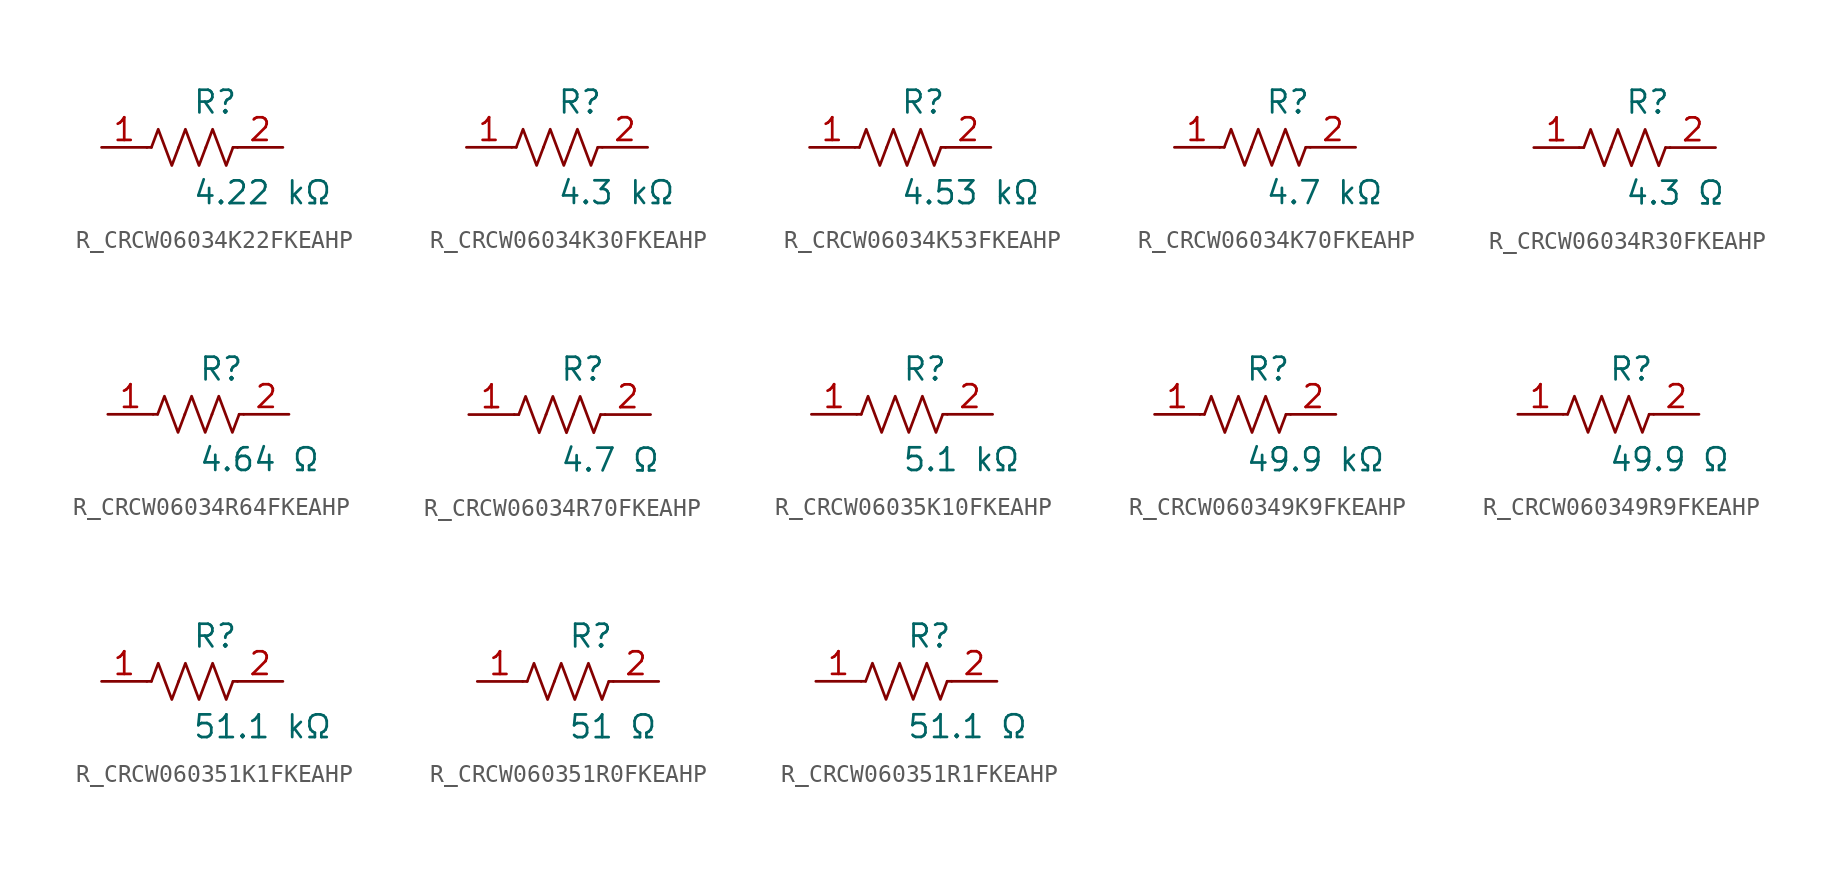
<source format=kicad_sym>
(kicad_symbol_lib
  (version 20231120)
  (generator kicad_symbol_editor)
  (generator_version 8.0)
  (symbol "R_CRCW06034K22FKEAHP"
    (pin_names
      (offset 0.254))
    (property "Reference" "R"
      (at 0.0 2.54 0)
      (effects (font (size 1.27 1.27)) (justify left)))
    (property "Value" "4.22 kΩ"
      (at 0.0 -2.54 0)
      (effects (font (size 1.27 1.27)) (justify left)))
    (symbol "R_CRCW06034K22FKEAHP_0_1"
      (polyline (pts (xy 2.286 0) (xy 2.54 0)) (stroke (width 0) (type default)) (fill (type none)))
      (polyline (pts (xy -2.286 0) (xy -2.54 0)) (stroke (width 0) (type default)) (fill (type none)))
      (polyline (pts (xy 0.762 0) (xy 1.143 1.016) (xy 1.524 0) (xy 1.905 -1.016) (xy 2.286 0)) (stroke (width 0) (type default)) (fill (type none)))
      (polyline (pts (xy -0.762 0) (xy -0.381 1.016) (xy 0 0) (xy 0.381 -1.016) (xy 0.762 0)) (stroke (width 0) (type default)) (fill (type none)))
      (polyline (pts (xy -2.286 0) (xy -1.905 1.016) (xy -1.524 0) (xy -1.143 -1.016) (xy -0.762 0)) (stroke (width 0) (type default)) (fill (type none))))
    (pin unspecified line
      (at -5.08 0 0)
      (length 2.54)
      (name "" (effects (font (size 1.27 1.27))))
      (number "1" (effects (font (size 1.27 1.27)))))
    (pin unspecified line
      (at 5.08 0 180)
      (length 2.54)
      (name "" (effects (font (size 1.27 1.27))))
      (number "2" (effects (font (size 1.27 1.27))))))
  (symbol "R_CRCW06034K30FKEAHP"
    (pin_names
      (offset 0.254))
    (property "Reference" "R"
      (at 0.0 2.54 0)
      (effects (font (size 1.27 1.27)) (justify left)))
    (property "Value" "4.3 kΩ"
      (at 0.0 -2.54 0)
      (effects (font (size 1.27 1.27)) (justify left)))
    (symbol "R_CRCW06034K30FKEAHP_0_1"
      (polyline (pts (xy 2.286 0) (xy 2.54 0)) (stroke (width 0) (type default)) (fill (type none)))
      (polyline (pts (xy -2.286 0) (xy -2.54 0)) (stroke (width 0) (type default)) (fill (type none)))
      (polyline (pts (xy 0.762 0) (xy 1.143 1.016) (xy 1.524 0) (xy 1.905 -1.016) (xy 2.286 0)) (stroke (width 0) (type default)) (fill (type none)))
      (polyline (pts (xy -0.762 0) (xy -0.381 1.016) (xy 0 0) (xy 0.381 -1.016) (xy 0.762 0)) (stroke (width 0) (type default)) (fill (type none)))
      (polyline (pts (xy -2.286 0) (xy -1.905 1.016) (xy -1.524 0) (xy -1.143 -1.016) (xy -0.762 0)) (stroke (width 0) (type default)) (fill (type none))))
    (pin unspecified line
      (at -5.08 0 0)
      (length 2.54)
      (name "" (effects (font (size 1.27 1.27))))
      (number "1" (effects (font (size 1.27 1.27)))))
    (pin unspecified line
      (at 5.08 0 180)
      (length 2.54)
      (name "" (effects (font (size 1.27 1.27))))
      (number "2" (effects (font (size 1.27 1.27))))))
  (symbol "R_CRCW06034K53FKEAHP"
    (pin_names
      (offset 0.254))
    (property "Reference" "R"
      (at 0.0 2.54 0)
      (effects (font (size 1.27 1.27)) (justify left)))
    (property "Value" "4.53 kΩ"
      (at 0.0 -2.54 0)
      (effects (font (size 1.27 1.27)) (justify left)))
    (symbol "R_CRCW06034K53FKEAHP_0_1"
      (polyline (pts (xy 2.286 0) (xy 2.54 0)) (stroke (width 0) (type default)) (fill (type none)))
      (polyline (pts (xy -2.286 0) (xy -2.54 0)) (stroke (width 0) (type default)) (fill (type none)))
      (polyline (pts (xy 0.762 0) (xy 1.143 1.016) (xy 1.524 0) (xy 1.905 -1.016) (xy 2.286 0)) (stroke (width 0) (type default)) (fill (type none)))
      (polyline (pts (xy -0.762 0) (xy -0.381 1.016) (xy 0 0) (xy 0.381 -1.016) (xy 0.762 0)) (stroke (width 0) (type default)) (fill (type none)))
      (polyline (pts (xy -2.286 0) (xy -1.905 1.016) (xy -1.524 0) (xy -1.143 -1.016) (xy -0.762 0)) (stroke (width 0) (type default)) (fill (type none))))
    (pin unspecified line
      (at -5.08 0 0)
      (length 2.54)
      (name "" (effects (font (size 1.27 1.27))))
      (number "1" (effects (font (size 1.27 1.27)))))
    (pin unspecified line
      (at 5.08 0 180)
      (length 2.54)
      (name "" (effects (font (size 1.27 1.27))))
      (number "2" (effects (font (size 1.27 1.27))))))
  (symbol "R_CRCW06034K70FKEAHP"
    (pin_names
      (offset 0.254))
    (property "Reference" "R"
      (at 0.0 2.54 0)
      (effects (font (size 1.27 1.27)) (justify left)))
    (property "Value" "4.7 kΩ"
      (at 0.0 -2.54 0)
      (effects (font (size 1.27 1.27)) (justify left)))
    (symbol "R_CRCW06034K70FKEAHP_0_1"
      (polyline (pts (xy 2.286 0) (xy 2.54 0)) (stroke (width 0) (type default)) (fill (type none)))
      (polyline (pts (xy -2.286 0) (xy -2.54 0)) (stroke (width 0) (type default)) (fill (type none)))
      (polyline (pts (xy 0.762 0) (xy 1.143 1.016) (xy 1.524 0) (xy 1.905 -1.016) (xy 2.286 0)) (stroke (width 0) (type default)) (fill (type none)))
      (polyline (pts (xy -0.762 0) (xy -0.381 1.016) (xy 0 0) (xy 0.381 -1.016) (xy 0.762 0)) (stroke (width 0) (type default)) (fill (type none)))
      (polyline (pts (xy -2.286 0) (xy -1.905 1.016) (xy -1.524 0) (xy -1.143 -1.016) (xy -0.762 0)) (stroke (width 0) (type default)) (fill (type none))))
    (pin unspecified line
      (at -5.08 0 0)
      (length 2.54)
      (name "" (effects (font (size 1.27 1.27))))
      (number "1" (effects (font (size 1.27 1.27)))))
    (pin unspecified line
      (at 5.08 0 180)
      (length 2.54)
      (name "" (effects (font (size 1.27 1.27))))
      (number "2" (effects (font (size 1.27 1.27))))))
  (symbol "R_CRCW06034R30FKEAHP"
    (pin_names
      (offset 0.254))
    (property "Reference" "R"
      (at 0.0 2.54 0)
      (effects (font (size 1.27 1.27)) (justify left)))
    (property "Value" "4.3 Ω"
      (at 0.0 -2.54 0)
      (effects (font (size 1.27 1.27)) (justify left)))
    (symbol "R_CRCW06034R30FKEAHP_0_1"
      (polyline (pts (xy 2.286 0) (xy 2.54 0)) (stroke (width 0) (type default)) (fill (type none)))
      (polyline (pts (xy -2.286 0) (xy -2.54 0)) (stroke (width 0) (type default)) (fill (type none)))
      (polyline (pts (xy 0.762 0) (xy 1.143 1.016) (xy 1.524 0) (xy 1.905 -1.016) (xy 2.286 0)) (stroke (width 0) (type default)) (fill (type none)))
      (polyline (pts (xy -0.762 0) (xy -0.381 1.016) (xy 0 0) (xy 0.381 -1.016) (xy 0.762 0)) (stroke (width 0) (type default)) (fill (type none)))
      (polyline (pts (xy -2.286 0) (xy -1.905 1.016) (xy -1.524 0) (xy -1.143 -1.016) (xy -0.762 0)) (stroke (width 0) (type default)) (fill (type none))))
    (pin unspecified line
      (at -5.08 0 0)
      (length 2.54)
      (name "" (effects (font (size 1.27 1.27))))
      (number "1" (effects (font (size 1.27 1.27)))))
    (pin unspecified line
      (at 5.08 0 180)
      (length 2.54)
      (name "" (effects (font (size 1.27 1.27))))
      (number "2" (effects (font (size 1.27 1.27))))))
  (symbol "R_CRCW06034R64FKEAHP"
    (pin_names
      (offset 0.254))
    (property "Reference" "R"
      (at 0.0 2.54 0)
      (effects (font (size 1.27 1.27)) (justify left)))
    (property "Value" "4.64 Ω"
      (at 0.0 -2.54 0)
      (effects (font (size 1.27 1.27)) (justify left)))
    (symbol "R_CRCW06034R64FKEAHP_0_1"
      (polyline (pts (xy 2.286 0) (xy 2.54 0)) (stroke (width 0) (type default)) (fill (type none)))
      (polyline (pts (xy -2.286 0) (xy -2.54 0)) (stroke (width 0) (type default)) (fill (type none)))
      (polyline (pts (xy 0.762 0) (xy 1.143 1.016) (xy 1.524 0) (xy 1.905 -1.016) (xy 2.286 0)) (stroke (width 0) (type default)) (fill (type none)))
      (polyline (pts (xy -0.762 0) (xy -0.381 1.016) (xy 0 0) (xy 0.381 -1.016) (xy 0.762 0)) (stroke (width 0) (type default)) (fill (type none)))
      (polyline (pts (xy -2.286 0) (xy -1.905 1.016) (xy -1.524 0) (xy -1.143 -1.016) (xy -0.762 0)) (stroke (width 0) (type default)) (fill (type none))))
    (pin unspecified line
      (at -5.08 0 0)
      (length 2.54)
      (name "" (effects (font (size 1.27 1.27))))
      (number "1" (effects (font (size 1.27 1.27)))))
    (pin unspecified line
      (at 5.08 0 180)
      (length 2.54)
      (name "" (effects (font (size 1.27 1.27))))
      (number "2" (effects (font (size 1.27 1.27))))))
  (symbol "R_CRCW06034R70FKEAHP"
    (pin_names
      (offset 0.254))
    (property "Reference" "R"
      (at 0.0 2.54 0)
      (effects (font (size 1.27 1.27)) (justify left)))
    (property "Value" "4.7 Ω"
      (at 0.0 -2.54 0)
      (effects (font (size 1.27 1.27)) (justify left)))
    (symbol "R_CRCW06034R70FKEAHP_0_1"
      (polyline (pts (xy 2.286 0) (xy 2.54 0)) (stroke (width 0) (type default)) (fill (type none)))
      (polyline (pts (xy -2.286 0) (xy -2.54 0)) (stroke (width 0) (type default)) (fill (type none)))
      (polyline (pts (xy 0.762 0) (xy 1.143 1.016) (xy 1.524 0) (xy 1.905 -1.016) (xy 2.286 0)) (stroke (width 0) (type default)) (fill (type none)))
      (polyline (pts (xy -0.762 0) (xy -0.381 1.016) (xy 0 0) (xy 0.381 -1.016) (xy 0.762 0)) (stroke (width 0) (type default)) (fill (type none)))
      (polyline (pts (xy -2.286 0) (xy -1.905 1.016) (xy -1.524 0) (xy -1.143 -1.016) (xy -0.762 0)) (stroke (width 0) (type default)) (fill (type none))))
    (pin unspecified line
      (at -5.08 0 0)
      (length 2.54)
      (name "" (effects (font (size 1.27 1.27))))
      (number "1" (effects (font (size 1.27 1.27)))))
    (pin unspecified line
      (at 5.08 0 180)
      (length 2.54)
      (name "" (effects (font (size 1.27 1.27))))
      (number "2" (effects (font (size 1.27 1.27))))))
  (symbol "R_CRCW06035K10FKEAHP"
    (pin_names
      (offset 0.254))
    (property "Reference" "R"
      (at 0.0 2.54 0)
      (effects (font (size 1.27 1.27)) (justify left)))
    (property "Value" "5.1 kΩ"
      (at 0.0 -2.54 0)
      (effects (font (size 1.27 1.27)) (justify left)))
    (symbol "R_CRCW06035K10FKEAHP_0_1"
      (polyline (pts (xy 2.286 0) (xy 2.54 0)) (stroke (width 0) (type default)) (fill (type none)))
      (polyline (pts (xy -2.286 0) (xy -2.54 0)) (stroke (width 0) (type default)) (fill (type none)))
      (polyline (pts (xy 0.762 0) (xy 1.143 1.016) (xy 1.524 0) (xy 1.905 -1.016) (xy 2.286 0)) (stroke (width 0) (type default)) (fill (type none)))
      (polyline (pts (xy -0.762 0) (xy -0.381 1.016) (xy 0 0) (xy 0.381 -1.016) (xy 0.762 0)) (stroke (width 0) (type default)) (fill (type none)))
      (polyline (pts (xy -2.286 0) (xy -1.905 1.016) (xy -1.524 0) (xy -1.143 -1.016) (xy -0.762 0)) (stroke (width 0) (type default)) (fill (type none))))
    (pin unspecified line
      (at -5.08 0 0)
      (length 2.54)
      (name "" (effects (font (size 1.27 1.27))))
      (number "1" (effects (font (size 1.27 1.27)))))
    (pin unspecified line
      (at 5.08 0 180)
      (length 2.54)
      (name "" (effects (font (size 1.27 1.27))))
      (number "2" (effects (font (size 1.27 1.27))))))
  (symbol "R_CRCW060349K9FKEAHP"
    (pin_names
      (offset 0.254))
    (property "Reference" "R"
      (at 0.0 2.54 0)
      (effects (font (size 1.27 1.27)) (justify left)))
    (property "Value" "49.9 kΩ"
      (at 0.0 -2.54 0)
      (effects (font (size 1.27 1.27)) (justify left)))
    (symbol "R_CRCW060349K9FKEAHP_0_1"
      (polyline (pts (xy 2.286 0) (xy 2.54 0)) (stroke (width 0) (type default)) (fill (type none)))
      (polyline (pts (xy -2.286 0) (xy -2.54 0)) (stroke (width 0) (type default)) (fill (type none)))
      (polyline (pts (xy 0.762 0) (xy 1.143 1.016) (xy 1.524 0) (xy 1.905 -1.016) (xy 2.286 0)) (stroke (width 0) (type default)) (fill (type none)))
      (polyline (pts (xy -0.762 0) (xy -0.381 1.016) (xy 0 0) (xy 0.381 -1.016) (xy 0.762 0)) (stroke (width 0) (type default)) (fill (type none)))
      (polyline (pts (xy -2.286 0) (xy -1.905 1.016) (xy -1.524 0) (xy -1.143 -1.016) (xy -0.762 0)) (stroke (width 0) (type default)) (fill (type none))))
    (pin unspecified line
      (at -5.08 0 0)
      (length 2.54)
      (name "" (effects (font (size 1.27 1.27))))
      (number "1" (effects (font (size 1.27 1.27)))))
    (pin unspecified line
      (at 5.08 0 180)
      (length 2.54)
      (name "" (effects (font (size 1.27 1.27))))
      (number "2" (effects (font (size 1.27 1.27))))))
  (symbol "R_CRCW060349R9FKEAHP"
    (pin_names
      (offset 0.254))
    (property "Reference" "R"
      (at 0.0 2.54 0)
      (effects (font (size 1.27 1.27)) (justify left)))
    (property "Value" "49.9 Ω"
      (at 0.0 -2.54 0)
      (effects (font (size 1.27 1.27)) (justify left)))
    (symbol "R_CRCW060349R9FKEAHP_0_1"
      (polyline (pts (xy 2.286 0) (xy 2.54 0)) (stroke (width 0) (type default)) (fill (type none)))
      (polyline (pts (xy -2.286 0) (xy -2.54 0)) (stroke (width 0) (type default)) (fill (type none)))
      (polyline (pts (xy 0.762 0) (xy 1.143 1.016) (xy 1.524 0) (xy 1.905 -1.016) (xy 2.286 0)) (stroke (width 0) (type default)) (fill (type none)))
      (polyline (pts (xy -0.762 0) (xy -0.381 1.016) (xy 0 0) (xy 0.381 -1.016) (xy 0.762 0)) (stroke (width 0) (type default)) (fill (type none)))
      (polyline (pts (xy -2.286 0) (xy -1.905 1.016) (xy -1.524 0) (xy -1.143 -1.016) (xy -0.762 0)) (stroke (width 0) (type default)) (fill (type none))))
    (pin unspecified line
      (at -5.08 0 0)
      (length 2.54)
      (name "" (effects (font (size 1.27 1.27))))
      (number "1" (effects (font (size 1.27 1.27)))))
    (pin unspecified line
      (at 5.08 0 180)
      (length 2.54)
      (name "" (effects (font (size 1.27 1.27))))
      (number "2" (effects (font (size 1.27 1.27))))))
  (symbol "R_CRCW060351K1FKEAHP"
    (pin_names
      (offset 0.254))
    (property "Reference" "R"
      (at 0.0 2.54 0)
      (effects (font (size 1.27 1.27)) (justify left)))
    (property "Value" "51.1 kΩ"
      (at 0.0 -2.54 0)
      (effects (font (size 1.27 1.27)) (justify left)))
    (symbol "R_CRCW060351K1FKEAHP_0_1"
      (polyline (pts (xy 2.286 0) (xy 2.54 0)) (stroke (width 0) (type default)) (fill (type none)))
      (polyline (pts (xy -2.286 0) (xy -2.54 0)) (stroke (width 0) (type default)) (fill (type none)))
      (polyline (pts (xy 0.762 0) (xy 1.143 1.016) (xy 1.524 0) (xy 1.905 -1.016) (xy 2.286 0)) (stroke (width 0) (type default)) (fill (type none)))
      (polyline (pts (xy -0.762 0) (xy -0.381 1.016) (xy 0 0) (xy 0.381 -1.016) (xy 0.762 0)) (stroke (width 0) (type default)) (fill (type none)))
      (polyline (pts (xy -2.286 0) (xy -1.905 1.016) (xy -1.524 0) (xy -1.143 -1.016) (xy -0.762 0)) (stroke (width 0) (type default)) (fill (type none))))
    (pin unspecified line
      (at -5.08 0 0)
      (length 2.54)
      (name "" (effects (font (size 1.27 1.27))))
      (number "1" (effects (font (size 1.27 1.27)))))
    (pin unspecified line
      (at 5.08 0 180)
      (length 2.54)
      (name "" (effects (font (size 1.27 1.27))))
      (number "2" (effects (font (size 1.27 1.27))))))
  (symbol "R_CRCW060351R0FKEAHP"
    (pin_names
      (offset 0.254))
    (property "Reference" "R"
      (at 0.0 2.54 0)
      (effects (font (size 1.27 1.27)) (justify left)))
    (property "Value" "51 Ω"
      (at 0.0 -2.54 0)
      (effects (font (size 1.27 1.27)) (justify left)))
    (symbol "R_CRCW060351R0FKEAHP_0_1"
      (polyline (pts (xy 2.286 0) (xy 2.54 0)) (stroke (width 0) (type default)) (fill (type none)))
      (polyline (pts (xy -2.286 0) (xy -2.54 0)) (stroke (width 0) (type default)) (fill (type none)))
      (polyline (pts (xy 0.762 0) (xy 1.143 1.016) (xy 1.524 0) (xy 1.905 -1.016) (xy 2.286 0)) (stroke (width 0) (type default)) (fill (type none)))
      (polyline (pts (xy -0.762 0) (xy -0.381 1.016) (xy 0 0) (xy 0.381 -1.016) (xy 0.762 0)) (stroke (width 0) (type default)) (fill (type none)))
      (polyline (pts (xy -2.286 0) (xy -1.905 1.016) (xy -1.524 0) (xy -1.143 -1.016) (xy -0.762 0)) (stroke (width 0) (type default)) (fill (type none))))
    (pin unspecified line
      (at -5.08 0 0)
      (length 2.54)
      (name "" (effects (font (size 1.27 1.27))))
      (number "1" (effects (font (size 1.27 1.27)))))
    (pin unspecified line
      (at 5.08 0 180)
      (length 2.54)
      (name "" (effects (font (size 1.27 1.27))))
      (number "2" (effects (font (size 1.27 1.27))))))
  (symbol "R_CRCW060351R1FKEAHP"
    (pin_names
      (offset 0.254))
    (property "Reference" "R"
      (at 0.0 2.54 0)
      (effects (font (size 1.27 1.27)) (justify left)))
    (property "Value" "51.1 Ω"
      (at 0.0 -2.54 0)
      (effects (font (size 1.27 1.27)) (justify left)))
    (symbol "R_CRCW060351R1FKEAHP_0_1"
      (polyline (pts (xy 2.286 0) (xy 2.54 0)) (stroke (width 0) (type default)) (fill (type none)))
      (polyline (pts (xy -2.286 0) (xy -2.54 0)) (stroke (width 0) (type default)) (fill (type none)))
      (polyline (pts (xy 0.762 0) (xy 1.143 1.016) (xy 1.524 0) (xy 1.905 -1.016) (xy 2.286 0)) (stroke (width 0) (type default)) (fill (type none)))
      (polyline (pts (xy -0.762 0) (xy -0.381 1.016) (xy 0 0) (xy 0.381 -1.016) (xy 0.762 0)) (stroke (width 0) (type default)) (fill (type none)))
      (polyline (pts (xy -2.286 0) (xy -1.905 1.016) (xy -1.524 0) (xy -1.143 -1.016) (xy -0.762 0)) (stroke (width 0) (type default)) (fill (type none))))
    (pin unspecified line
      (at -5.08 0 0)
      (length 2.54)
      (name "" (effects (font (size 1.27 1.27))))
      (number "1" (effects (font (size 1.27 1.27)))))
    (pin unspecified line
      (at 5.08 0 180)
      (length 2.54)
      (name "" (effects (font (size 1.27 1.27))))
      (number "2" (effects (font (size 1.27 1.27)))))))
</source>
